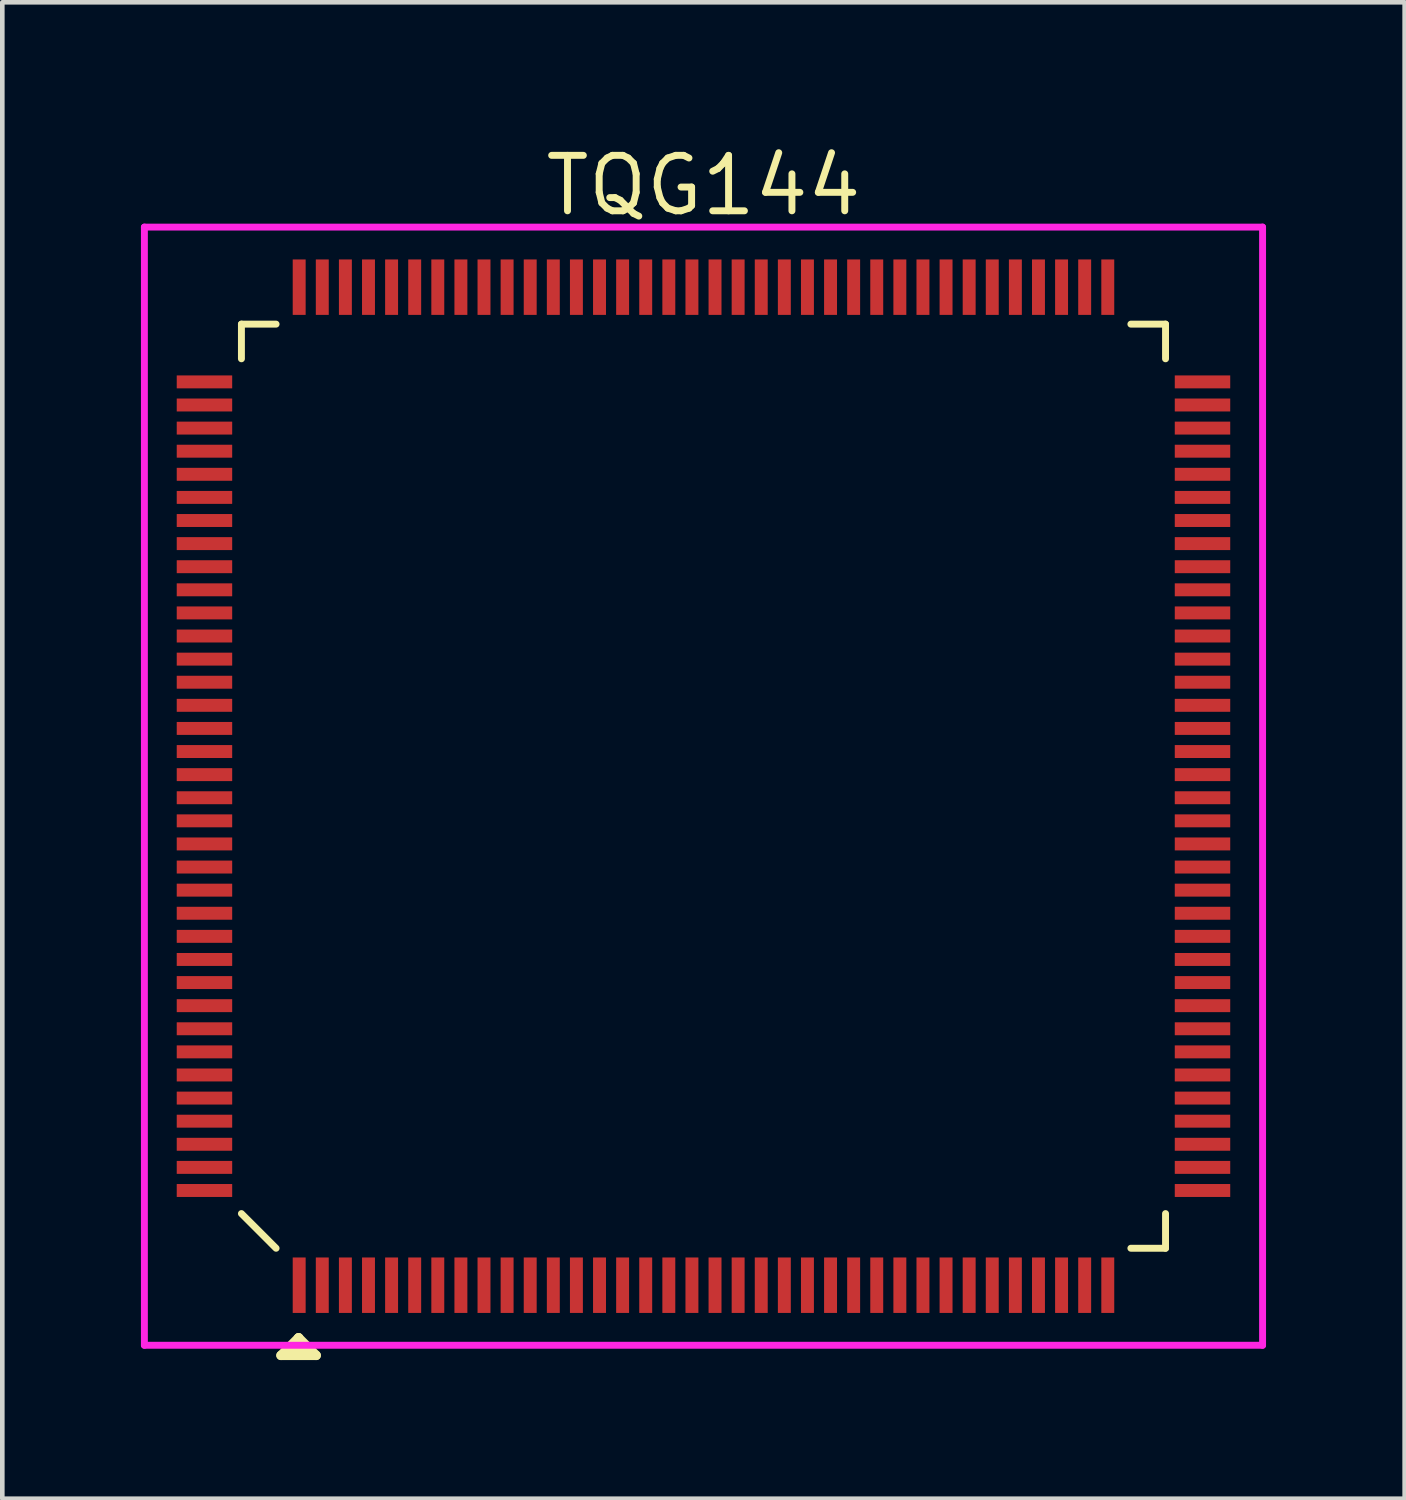
<source format=kicad_pcb>
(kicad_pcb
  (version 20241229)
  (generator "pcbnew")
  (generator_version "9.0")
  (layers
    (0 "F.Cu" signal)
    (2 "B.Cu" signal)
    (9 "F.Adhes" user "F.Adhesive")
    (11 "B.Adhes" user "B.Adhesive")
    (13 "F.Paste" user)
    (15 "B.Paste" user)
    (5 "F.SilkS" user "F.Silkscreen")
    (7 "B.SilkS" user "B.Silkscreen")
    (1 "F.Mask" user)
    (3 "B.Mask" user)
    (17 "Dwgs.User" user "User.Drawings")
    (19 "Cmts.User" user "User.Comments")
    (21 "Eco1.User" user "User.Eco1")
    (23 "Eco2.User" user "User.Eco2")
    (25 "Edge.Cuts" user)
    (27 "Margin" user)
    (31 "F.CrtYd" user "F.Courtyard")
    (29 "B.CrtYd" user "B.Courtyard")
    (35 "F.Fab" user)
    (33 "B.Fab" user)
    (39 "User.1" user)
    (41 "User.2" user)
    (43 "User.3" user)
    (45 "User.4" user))
  (footprint "TQG144"
    (layer "F.Cu")
    (at 12.175 13.965)
    (property "Reference" "TQG144" (at 0 -13 180) (layer "F.SilkS") (effects (font (size 1.2 1.2) (thickness 0.15))))
    (attr through_hole)
    (fp_line (start -10 -10) (end -9.25 -10) (stroke (width 0.15) (type solid)) (layer "F.SilkS"))
    (fp_line (start -10 -9.25) (end -10 -10) (stroke (width 0.15) (type solid)) (layer "F.SilkS"))
    (fp_line (start -9.25 10) (end -10 9.25) (stroke (width 0.15) (type solid)) (layer "F.SilkS"))
    (fp_line (start -9.144 12.319) (end -8.382 12.319) (stroke (width 0.203) (type solid)) (layer "F.SilkS"))
    (fp_line (start -8.89 12.192) (end -8.636 12.192) (stroke (width 0.203) (type solid)) (layer "F.SilkS"))
    (fp_line (start -8.763 11.938) (end -9.144 12.319) (stroke (width 0.203) (type solid)) (layer "F.SilkS"))
    (fp_line (start -8.763 11.938) (end -8.89 12.192) (stroke (width 0.203) (type solid)) (layer "F.SilkS"))
    (fp_line (start -8.382 12.319) (end -8.763 11.938) (stroke (width 0.203) (type solid)) (layer "F.SilkS"))
    (fp_line (start 10 -10) (end 9.25 -10) (stroke (width 0.15) (type solid)) (layer "F.SilkS"))
    (fp_line (start 10 -9.25) (end 10 -10) (stroke (width 0.15) (type solid)) (layer "F.SilkS"))
    (fp_line (start 10 9.25) (end 10 10) (stroke (width 0.15) (type solid)) (layer "F.SilkS"))
    (fp_line (start 10 10) (end 9.25 10) (stroke (width 0.15) (type solid)) (layer "F.SilkS"))
    (fp_line (start -12.1 -12.1) (end 12.1 -12.1) (stroke (width 0.15) (type solid)) (layer "F.CrtYd"))
    (fp_line (start -12.1 12.1) (end -12.1 -12.1) (stroke (width 0.15) (type solid)) (layer "F.CrtYd"))
    (fp_line (start 12.1 -12.1) (end 12.1 12.1) (stroke (width 0.15) (type solid)) (layer "F.CrtYd"))
    (fp_line (start 12.1 12.1) (end -12.1 12.1) (stroke (width 0.15) (type solid)) (layer "F.CrtYd"))
    (pad "1" smd rect (at -8.75 10.8 180) (size 0.28 1.2) (layers "F.Cu" "F.Mask" "F.Paste"))
    (pad "2" smd rect (at -8.25 10.8 180) (size 0.28 1.2) (layers "F.Cu" "F.Mask" "F.Paste"))
    (pad "3" smd rect (at -7.75 10.8 180) (size 0.28 1.2) (layers "F.Cu" "F.Mask" "F.Paste"))
    (pad "4" smd rect (at -7.25 10.8 180) (size 0.28 1.2) (layers "F.Cu" "F.Mask" "F.Paste"))
    (pad "5" smd rect (at -6.75 10.8 180) (size 0.28 1.2) (layers "F.Cu" "F.Mask" "F.Paste"))
    (pad "6" smd rect (at -6.25 10.8 180) (size 0.28 1.2) (layers "F.Cu" "F.Mask" "F.Paste"))
    (pad "7" smd rect (at -5.75 10.8 180) (size 0.28 1.2) (layers "F.Cu" "F.Mask" "F.Paste"))
    (pad "8" smd rect (at -5.25 10.8 180) (size 0.28 1.2) (layers "F.Cu" "F.Mask" "F.Paste"))
    (pad "9" smd rect (at -4.75 10.8 180) (size 0.28 1.2) (layers "F.Cu" "F.Mask" "F.Paste"))
    (pad "10" smd rect (at -4.25 10.8 180) (size 0.28 1.2) (layers "F.Cu" "F.Mask" "F.Paste"))
    (pad "11" smd rect (at -3.75 10.8 180) (size 0.28 1.2) (layers "F.Cu" "F.Mask" "F.Paste"))
    (pad "12" smd rect (at -3.25 10.8 180) (size 0.28 1.2) (layers "F.Cu" "F.Mask" "F.Paste"))
    (pad "13" smd rect (at -2.75 10.8 180) (size 0.28 1.2) (layers "F.Cu" "F.Mask" "F.Paste"))
    (pad "14" smd rect (at -2.25 10.8 180) (size 0.28 1.2) (layers "F.Cu" "F.Mask" "F.Paste"))
    (pad "15" smd rect (at -1.75 10.8 180) (size 0.28 1.2) (layers "F.Cu" "F.Mask" "F.Paste"))
    (pad "16" smd rect (at -1.25 10.8 180) (size 0.28 1.2) (layers "F.Cu" "F.Mask" "F.Paste"))
    (pad "17" smd rect (at -0.75 10.8 180) (size 0.28 1.2) (layers "F.Cu" "F.Mask" "F.Paste"))
    (pad "18" smd rect (at -0.25 10.8 180) (size 0.28 1.2) (layers "F.Cu" "F.Mask" "F.Paste"))
    (pad "19" smd rect (at 0.25 10.8 180) (size 0.28 1.2) (layers "F.Cu" "F.Mask" "F.Paste"))
    (pad "20" smd rect (at 0.75 10.8 180) (size 0.28 1.2) (layers "F.Cu" "F.Mask" "F.Paste"))
    (pad "21" smd rect (at 1.25 10.8 180) (size 0.28 1.2) (layers "F.Cu" "F.Mask" "F.Paste"))
    (pad "22" smd rect (at 1.75 10.8 180) (size 0.28 1.2) (layers "F.Cu" "F.Mask" "F.Paste"))
    (pad "23" smd rect (at 2.25 10.8 180) (size 0.28 1.2) (layers "F.Cu" "F.Mask" "F.Paste"))
    (pad "24" smd rect (at 2.75 10.8 180) (size 0.28 1.2) (layers "F.Cu" "F.Mask" "F.Paste"))
    (pad "25" smd rect (at 3.25 10.8 180) (size 0.28 1.2) (layers "F.Cu" "F.Mask" "F.Paste"))
    (pad "26" smd rect (at 3.75 10.8 180) (size 0.28 1.2) (layers "F.Cu" "F.Mask" "F.Paste"))
    (pad "27" smd rect (at 4.25 10.8 180) (size 0.28 1.2) (layers "F.Cu" "F.Mask" "F.Paste"))
    (pad "28" smd rect (at 4.75 10.8 180) (size 0.28 1.2) (layers "F.Cu" "F.Mask" "F.Paste"))
    (pad "29" smd rect (at 5.25 10.8 180) (size 0.28 1.2) (layers "F.Cu" "F.Mask" "F.Paste"))
    (pad "30" smd rect (at 5.75 10.8 180) (size 0.28 1.2) (layers "F.Cu" "F.Mask" "F.Paste"))
    (pad "31" smd rect (at 6.25 10.8 180) (size 0.28 1.2) (layers "F.Cu" "F.Mask" "F.Paste"))
    (pad "32" smd rect (at 6.75 10.8 180) (size 0.28 1.2) (layers "F.Cu" "F.Mask" "F.Paste"))
    (pad "33" smd rect (at 7.25 10.8 180) (size 0.28 1.2) (layers "F.Cu" "F.Mask" "F.Paste"))
    (pad "34" smd rect (at 7.75 10.8 180) (size 0.28 1.2) (layers "F.Cu" "F.Mask" "F.Paste"))
    (pad "35" smd rect (at 8.25 10.8 180) (size 0.28 1.2) (layers "F.Cu" "F.Mask" "F.Paste"))
    (pad "36" smd rect (at 8.75 10.8 180) (size 0.28 1.2) (layers "F.Cu" "F.Mask" "F.Paste"))
    (pad "37" smd rect (at 10.8 8.75 90) (size 0.28 1.2) (layers "F.Cu" "F.Mask" "F.Paste"))
    (pad "38" smd rect (at 10.8 8.25 90) (size 0.28 1.2) (layers "F.Cu" "F.Mask" "F.Paste"))
    (pad "39" smd rect (at 10.8 7.75 90) (size 0.28 1.2) (layers "F.Cu" "F.Mask" "F.Paste"))
    (pad "40" smd rect (at 10.8 7.25 90) (size 0.28 1.2) (layers "F.Cu" "F.Mask" "F.Paste"))
    (pad "41" smd rect (at 10.8 6.75 90) (size 0.28 1.2) (layers "F.Cu" "F.Mask" "F.Paste"))
    (pad "42" smd rect (at 10.8 6.25 90) (size 0.28 1.2) (layers "F.Cu" "F.Mask" "F.Paste"))
    (pad "43" smd rect (at 10.8 5.75 90) (size 0.28 1.2) (layers "F.Cu" "F.Mask" "F.Paste"))
    (pad "44" smd rect (at 10.8 5.25 90) (size 0.28 1.2) (layers "F.Cu" "F.Mask" "F.Paste"))
    (pad "45" smd rect (at 10.8 4.75 90) (size 0.28 1.2) (layers "F.Cu" "F.Mask" "F.Paste"))
    (pad "46" smd rect (at 10.8 4.25 90) (size 0.28 1.2) (layers "F.Cu" "F.Mask" "F.Paste"))
    (pad "47" smd rect (at 10.8 3.75 90) (size 0.28 1.2) (layers "F.Cu" "F.Mask" "F.Paste"))
    (pad "48" smd rect (at 10.8 3.25 90) (size 0.28 1.2) (layers "F.Cu" "F.Mask" "F.Paste"))
    (pad "49" smd rect (at 10.8 2.75 90) (size 0.28 1.2) (layers "F.Cu" "F.Mask" "F.Paste"))
    (pad "50" smd rect (at 10.8 2.25 90) (size 0.28 1.2) (layers "F.Cu" "F.Mask" "F.Paste"))
    (pad "51" smd rect (at 10.8 1.75 90) (size 0.28 1.2) (layers "F.Cu" "F.Mask" "F.Paste"))
    (pad "52" smd rect (at 10.8 1.25 90) (size 0.28 1.2) (layers "F.Cu" "F.Mask" "F.Paste"))
    (pad "53" smd rect (at 10.8 0.75 90) (size 0.28 1.2) (layers "F.Cu" "F.Mask" "F.Paste"))
    (pad "54" smd rect (at 10.8 0.25 90) (size 0.28 1.2) (layers "F.Cu" "F.Mask" "F.Paste"))
    (pad "55" smd rect (at 10.8 -0.25 90) (size 0.28 1.2) (layers "F.Cu" "F.Mask" "F.Paste"))
    (pad "56" smd rect (at 10.8 -0.75 90) (size 0.28 1.2) (layers "F.Cu" "F.Mask" "F.Paste"))
    (pad "57" smd rect (at 10.8 -1.25 90) (size 0.28 1.2) (layers "F.Cu" "F.Mask" "F.Paste"))
    (pad "58" smd rect (at 10.8 -1.75 90) (size 0.28 1.2) (layers "F.Cu" "F.Mask" "F.Paste"))
    (pad "59" smd rect (at 10.8 -2.25 90) (size 0.28 1.2) (layers "F.Cu" "F.Mask" "F.Paste"))
    (pad "60" smd rect (at 10.8 -2.75 90) (size 0.28 1.2) (layers "F.Cu" "F.Mask" "F.Paste"))
    (pad "61" smd rect (at 10.8 -3.25 90) (size 0.28 1.2) (layers "F.Cu" "F.Mask" "F.Paste"))
    (pad "62" smd rect (at 10.8 -3.75 90) (size 0.28 1.2) (layers "F.Cu" "F.Mask" "F.Paste"))
    (pad "63" smd rect (at 10.8 -4.25 90) (size 0.28 1.2) (layers "F.Cu" "F.Mask" "F.Paste"))
    (pad "64" smd rect (at 10.8 -4.75 90) (size 0.28 1.2) (layers "F.Cu" "F.Mask" "F.Paste"))
    (pad "65" smd rect (at 10.8 -5.25 90) (size 0.28 1.2) (layers "F.Cu" "F.Mask" "F.Paste"))
    (pad "66" smd rect (at 10.8 -5.75 90) (size 0.28 1.2) (layers "F.Cu" "F.Mask" "F.Paste"))
    (pad "67" smd rect (at 10.8 -6.25 90) (size 0.28 1.2) (layers "F.Cu" "F.Mask" "F.Paste"))
    (pad "68" smd rect (at 10.8 -6.75 90) (size 0.28 1.2) (layers "F.Cu" "F.Mask" "F.Paste"))
    (pad "69" smd rect (at 10.8 -7.25 90) (size 0.28 1.2) (layers "F.Cu" "F.Mask" "F.Paste"))
    (pad "70" smd rect (at 10.8 -7.75 90) (size 0.28 1.2) (layers "F.Cu" "F.Mask" "F.Paste"))
    (pad "71" smd rect (at 10.8 -8.25 90) (size 0.28 1.2) (layers "F.Cu" "F.Mask" "F.Paste"))
    (pad "72" smd rect (at 10.8 -8.75 90) (size 0.28 1.2) (layers "F.Cu" "F.Mask" "F.Paste"))
    (pad "73" smd rect (at 8.75 -10.8 180) (size 0.28 1.2) (layers "F.Cu" "F.Mask" "F.Paste"))
    (pad "74" smd rect (at 8.25 -10.8 180) (size 0.28 1.2) (layers "F.Cu" "F.Mask" "F.Paste"))
    (pad "75" smd rect (at 7.75 -10.8 180) (size 0.28 1.2) (layers "F.Cu" "F.Mask" "F.Paste"))
    (pad "76" smd rect (at 7.25 -10.8 180) (size 0.28 1.2) (layers "F.Cu" "F.Mask" "F.Paste"))
    (pad "77" smd rect (at 6.75 -10.8 180) (size 0.28 1.2) (layers "F.Cu" "F.Mask" "F.Paste"))
    (pad "78" smd rect (at 6.25 -10.8 180) (size 0.28 1.2) (layers "F.Cu" "F.Mask" "F.Paste"))
    (pad "79" smd rect (at 5.75 -10.8 180) (size 0.28 1.2) (layers "F.Cu" "F.Mask" "F.Paste"))
    (pad "80" smd rect (at 5.25 -10.8 180) (size 0.28 1.2) (layers "F.Cu" "F.Mask" "F.Paste"))
    (pad "81" smd rect (at 4.75 -10.8 180) (size 0.28 1.2) (layers "F.Cu" "F.Mask" "F.Paste"))
    (pad "82" smd rect (at 4.25 -10.8 180) (size 0.28 1.2) (layers "F.Cu" "F.Mask" "F.Paste"))
    (pad "83" smd rect (at 3.75 -10.8 180) (size 0.28 1.2) (layers "F.Cu" "F.Mask" "F.Paste"))
    (pad "84" smd rect (at 3.25 -10.8 180) (size 0.28 1.2) (layers "F.Cu" "F.Mask" "F.Paste"))
    (pad "85" smd rect (at 2.75 -10.8 180) (size 0.28 1.2) (layers "F.Cu" "F.Mask" "F.Paste"))
    (pad "86" smd rect (at 2.25 -10.8 180) (size 0.28 1.2) (layers "F.Cu" "F.Mask" "F.Paste"))
    (pad "87" smd rect (at 1.75 -10.8 180) (size 0.28 1.2) (layers "F.Cu" "F.Mask" "F.Paste"))
    (pad "88" smd rect (at 1.25 -10.8 180) (size 0.28 1.2) (layers "F.Cu" "F.Mask" "F.Paste"))
    (pad "89" smd rect (at 0.75 -10.8 180) (size 0.28 1.2) (layers "F.Cu" "F.Mask" "F.Paste"))
    (pad "90" smd rect (at 0.25 -10.8 180) (size 0.28 1.2) (layers "F.Cu" "F.Mask" "F.Paste"))
    (pad "91" smd rect (at -0.25 -10.8 180) (size 0.28 1.2) (layers "F.Cu" "F.Mask" "F.Paste"))
    (pad "92" smd rect (at -0.75 -10.8 180) (size 0.28 1.2) (layers "F.Cu" "F.Mask" "F.Paste"))
    (pad "93" smd rect (at -1.25 -10.8 180) (size 0.28 1.2) (layers "F.Cu" "F.Mask" "F.Paste"))
    (pad "94" smd rect (at -1.75 -10.8 180) (size 0.28 1.2) (layers "F.Cu" "F.Mask" "F.Paste"))
    (pad "95" smd rect (at -2.25 -10.8 180) (size 0.28 1.2) (layers "F.Cu" "F.Mask" "F.Paste"))
    (pad "96" smd rect (at -2.75 -10.8 180) (size 0.28 1.2) (layers "F.Cu" "F.Mask" "F.Paste"))
    (pad "97" smd rect (at -3.25 -10.8 180) (size 0.28 1.2) (layers "F.Cu" "F.Mask" "F.Paste"))
    (pad "98" smd rect (at -3.75 -10.8 180) (size 0.28 1.2) (layers "F.Cu" "F.Mask" "F.Paste"))
    (pad "99" smd rect (at -4.25 -10.8 180) (size 0.28 1.2) (layers "F.Cu" "F.Mask" "F.Paste"))
    (pad "100" smd rect (at -4.75 -10.8 180) (size 0.28 1.2) (layers "F.Cu" "F.Mask" "F.Paste"))
    (pad "101" smd rect (at -5.25 -10.8 180) (size 0.28 1.2) (layers "F.Cu" "F.Mask" "F.Paste"))
    (pad "102" smd rect (at -5.75 -10.8 180) (size 0.28 1.2) (layers "F.Cu" "F.Mask" "F.Paste"))
    (pad "103" smd rect (at -6.25 -10.8 180) (size 0.28 1.2) (layers "F.Cu" "F.Mask" "F.Paste"))
    (pad "104" smd rect (at -6.75 -10.8 180) (size 0.28 1.2) (layers "F.Cu" "F.Mask" "F.Paste"))
    (pad "105" smd rect (at -7.25 -10.8 180) (size 0.28 1.2) (layers "F.Cu" "F.Mask" "F.Paste"))
    (pad "106" smd rect (at -7.75 -10.8 180) (size 0.28 1.2) (layers "F.Cu" "F.Mask" "F.Paste"))
    (pad "107" smd rect (at -8.25 -10.8 180) (size 0.28 1.2) (layers "F.Cu" "F.Mask" "F.Paste"))
    (pad "108" smd rect (at -8.75 -10.8 180) (size 0.28 1.2) (layers "F.Cu" "F.Mask" "F.Paste"))
    (pad "109" smd rect (at -10.8 -8.75 90) (size 0.28 1.2) (layers "F.Cu" "F.Mask" "F.Paste"))
    (pad "110" smd rect (at -10.8 -8.25 90) (size 0.28 1.2) (layers "F.Cu" "F.Mask" "F.Paste"))
    (pad "111" smd rect (at -10.8 -7.75 90) (size 0.28 1.2) (layers "F.Cu" "F.Mask" "F.Paste"))
    (pad "112" smd rect (at -10.8 -7.25 90) (size 0.28 1.2) (layers "F.Cu" "F.Mask" "F.Paste"))
    (pad "113" smd rect (at -10.8 -6.75 90) (size 0.28 1.2) (layers "F.Cu" "F.Mask" "F.Paste"))
    (pad "114" smd rect (at -10.8 -6.25 90) (size 0.28 1.2) (layers "F.Cu" "F.Mask" "F.Paste"))
    (pad "115" smd rect (at -10.8 -5.75 90) (size 0.28 1.2) (layers "F.Cu" "F.Mask" "F.Paste"))
    (pad "116" smd rect (at -10.8 -5.25 90) (size 0.28 1.2) (layers "F.Cu" "F.Mask" "F.Paste"))
    (pad "117" smd rect (at -10.8 -4.75 90) (size 0.28 1.2) (layers "F.Cu" "F.Mask" "F.Paste"))
    (pad "118" smd rect (at -10.8 -4.25 90) (size 0.28 1.2) (layers "F.Cu" "F.Mask" "F.Paste"))
    (pad "119" smd rect (at -10.8 -3.75 90) (size 0.28 1.2) (layers "F.Cu" "F.Mask" "F.Paste"))
    (pad "120" smd rect (at -10.8 -3.25 90) (size 0.28 1.2) (layers "F.Cu" "F.Mask" "F.Paste"))
    (pad "121" smd rect (at -10.8 -2.75 90) (size 0.28 1.2) (layers "F.Cu" "F.Mask" "F.Paste"))
    (pad "122" smd rect (at -10.8 -2.25 90) (size 0.28 1.2) (layers "F.Cu" "F.Mask" "F.Paste"))
    (pad "123" smd rect (at -10.8 -1.75 90) (size 0.28 1.2) (layers "F.Cu" "F.Mask" "F.Paste"))
    (pad "124" smd rect (at -10.8 -1.25 90) (size 0.28 1.2) (layers "F.Cu" "F.Mask" "F.Paste"))
    (pad "125" smd rect (at -10.8 -0.75 90) (size 0.28 1.2) (layers "F.Cu" "F.Mask" "F.Paste"))
    (pad "126" smd rect (at -10.8 -0.25 90) (size 0.28 1.2) (layers "F.Cu" "F.Mask" "F.Paste"))
    (pad "127" smd rect (at -10.8 0.25 90) (size 0.28 1.2) (layers "F.Cu" "F.Mask" "F.Paste"))
    (pad "128" smd rect (at -10.8 0.75 90) (size 0.28 1.2) (layers "F.Cu" "F.Mask" "F.Paste"))
    (pad "129" smd rect (at -10.8 1.25 90) (size 0.28 1.2) (layers "F.Cu" "F.Mask" "F.Paste"))
    (pad "130" smd rect (at -10.8 1.75 90) (size 0.28 1.2) (layers "F.Cu" "F.Mask" "F.Paste"))
    (pad "131" smd rect (at -10.8 2.25 90) (size 0.28 1.2) (layers "F.Cu" "F.Mask" "F.Paste"))
    (pad "132" smd rect (at -10.8 2.75 90) (size 0.28 1.2) (layers "F.Cu" "F.Mask" "F.Paste"))
    (pad "133" smd rect (at -10.8 3.25 90) (size 0.28 1.2) (layers "F.Cu" "F.Mask" "F.Paste"))
    (pad "134" smd rect (at -10.8 3.75 90) (size 0.28 1.2) (layers "F.Cu" "F.Mask" "F.Paste"))
    (pad "135" smd rect (at -10.8 4.25 90) (size 0.28 1.2) (layers "F.Cu" "F.Mask" "F.Paste"))
    (pad "136" smd rect (at -10.8 4.75 90) (size 0.28 1.2) (layers "F.Cu" "F.Mask" "F.Paste"))
    (pad "137" smd rect (at -10.8 5.25 90) (size 0.28 1.2) (layers "F.Cu" "F.Mask" "F.Paste"))
    (pad "138" smd rect (at -10.8 5.75 90) (size 0.28 1.2) (layers "F.Cu" "F.Mask" "F.Paste"))
    (pad "139" smd rect (at -10.8 6.25 90) (size 0.28 1.2) (layers "F.Cu" "F.Mask" "F.Paste"))
    (pad "140" smd rect (at -10.8 6.75 90) (size 0.28 1.2) (layers "F.Cu" "F.Mask" "F.Paste"))
    (pad "141" smd rect (at -10.8 7.25 90) (size 0.28 1.2) (layers "F.Cu" "F.Mask" "F.Paste"))
    (pad "142" smd rect (at -10.8 7.75 90) (size 0.28 1.2) (layers "F.Cu" "F.Mask" "F.Paste"))
    (pad "143" smd rect (at -10.8 8.25 90) (size 0.28 1.2) (layers "F.Cu" "F.Mask" "F.Paste"))
    (pad "144" smd rect (at -10.8 8.75 90) (size 0.28 1.2) (layers "F.Cu" "F.Mask" "F.Paste")))
  (gr_rect
    (start -3 -3)
    (end 27.35 29.386)
    (stroke (width 0.1) (type default))
    (fill no)
    (layer "Edge.Cuts")))
</source>
